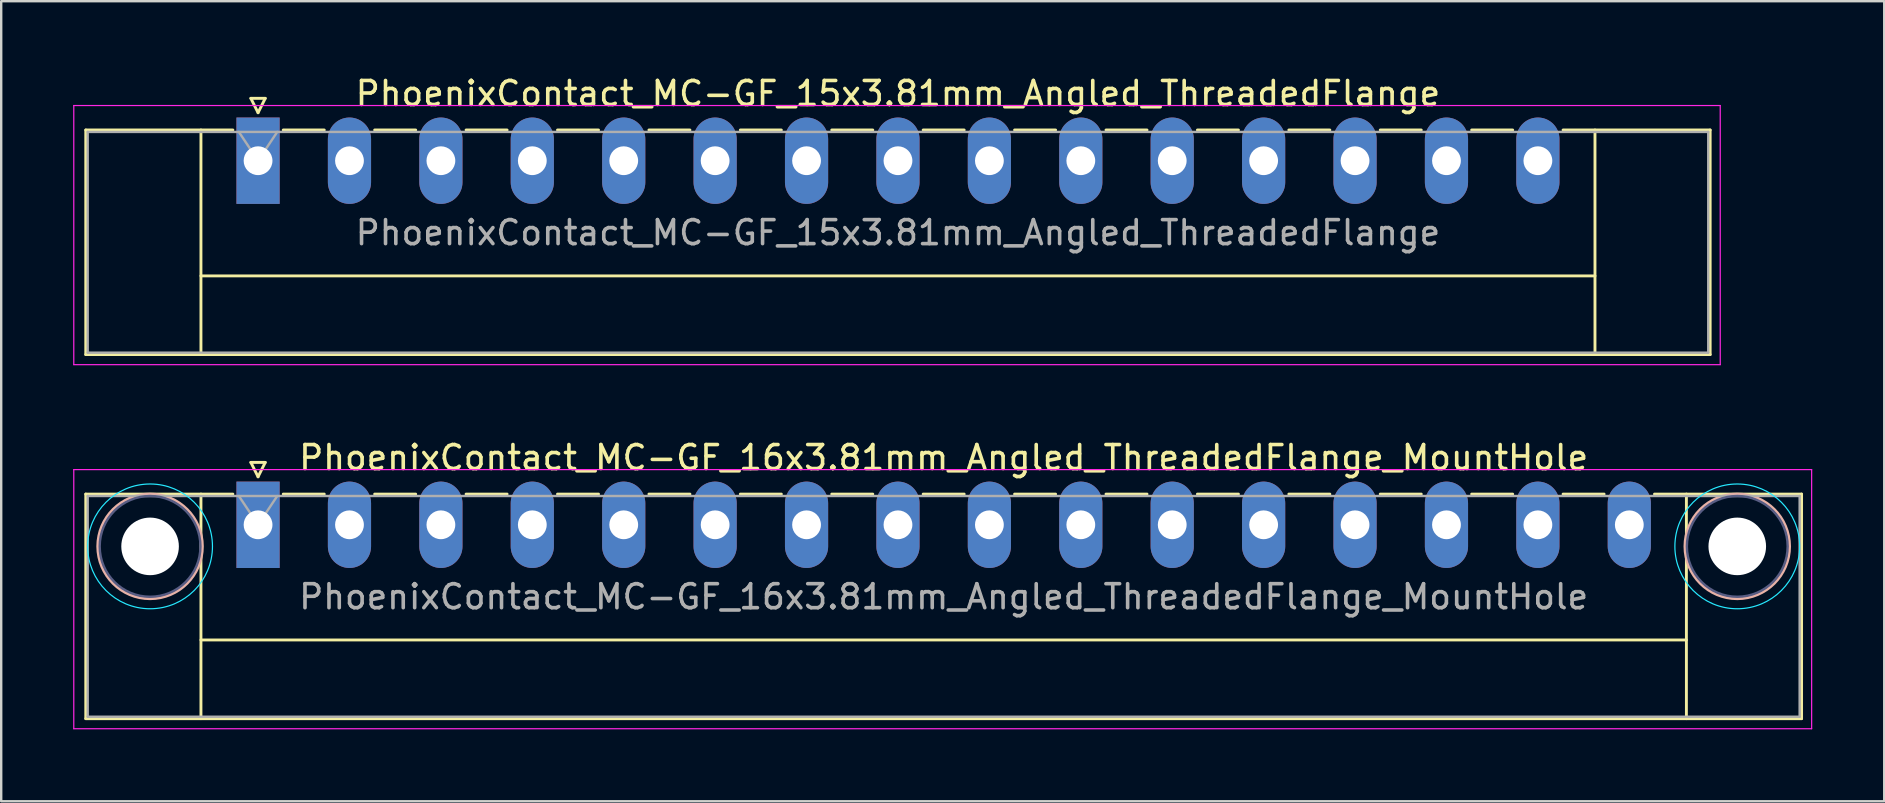
<source format=kicad_pcb>
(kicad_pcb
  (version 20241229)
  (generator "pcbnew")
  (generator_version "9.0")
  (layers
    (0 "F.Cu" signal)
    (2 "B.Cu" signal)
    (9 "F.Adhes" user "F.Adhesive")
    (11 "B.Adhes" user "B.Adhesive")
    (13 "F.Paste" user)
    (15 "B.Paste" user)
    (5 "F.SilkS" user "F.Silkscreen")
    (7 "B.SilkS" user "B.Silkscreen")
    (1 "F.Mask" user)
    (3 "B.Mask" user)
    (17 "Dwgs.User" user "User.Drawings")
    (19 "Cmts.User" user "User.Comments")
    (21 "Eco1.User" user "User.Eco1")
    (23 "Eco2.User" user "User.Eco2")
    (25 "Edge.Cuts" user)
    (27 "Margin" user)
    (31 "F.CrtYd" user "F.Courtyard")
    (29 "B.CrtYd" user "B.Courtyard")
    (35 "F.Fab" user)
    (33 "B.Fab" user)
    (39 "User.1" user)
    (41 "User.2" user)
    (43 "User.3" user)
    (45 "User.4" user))
  (footprint "PhoenixContact_MC-GF_15x3.81mm_Angled_ThreadedFlange"
    (layer "F.Cu")
    (at 7.705 3.648)
    (property "Reference" "PhoenixContact_MC-GF_15x3.81mm_Angled_ThreadedFlange" (at 26.67 -2.8 0) (layer "F.SilkS") (effects (font (size 1 1) (thickness 0.15))))
    (attr through_hole)
    (fp_line (start -7.18 -1.28) (end -7.18 8.08) (stroke (width 0.12) (type solid)) (layer "F.SilkS"))
    (fp_line (start -7.18 -1.28) (end -1.05 -1.28) (stroke (width 0.12) (type solid)) (layer "F.SilkS"))
    (fp_line (start -7.18 8.08) (end 60.52 8.08) (stroke (width 0.12) (type solid)) (layer "F.SilkS"))
    (fp_line (start -2.38 -1.28) (end -2.38 8.08) (stroke (width 0.12) (type solid)) (layer "F.SilkS"))
    (fp_line (start -2.38 4.8) (end 55.72 4.8) (stroke (width 0.12) (type solid)) (layer "F.SilkS"))
    (fp_line (start -0.3 -2.6) (end 0.3 -2.6) (stroke (width 0.12) (type solid)) (layer "F.SilkS"))
    (fp_line (start 0 -2) (end -0.3 -2.6) (stroke (width 0.12) (type solid)) (layer "F.SilkS"))
    (fp_line (start 0.3 -2.6) (end 0 -2) (stroke (width 0.12) (type solid)) (layer "F.SilkS"))
    (fp_line (start 1.05 -1.28) (end 2.76 -1.28) (stroke (width 0.12) (type solid)) (layer "F.SilkS"))
    (fp_line (start 4.86 -1.28) (end 6.57 -1.28) (stroke (width 0.12) (type solid)) (layer "F.SilkS"))
    (fp_line (start 8.67 -1.28) (end 10.38 -1.28) (stroke (width 0.12) (type solid)) (layer "F.SilkS"))
    (fp_line (start 12.48 -1.28) (end 14.19 -1.28) (stroke (width 0.12) (type solid)) (layer "F.SilkS"))
    (fp_line (start 16.29 -1.28) (end 18 -1.28) (stroke (width 0.12) (type solid)) (layer "F.SilkS"))
    (fp_line (start 20.1 -1.28) (end 21.81 -1.28) (stroke (width 0.12) (type solid)) (layer "F.SilkS"))
    (fp_line (start 23.91 -1.28) (end 25.62 -1.28) (stroke (width 0.12) (type solid)) (layer "F.SilkS"))
    (fp_line (start 27.72 -1.28) (end 29.43 -1.28) (stroke (width 0.12) (type solid)) (layer "F.SilkS"))
    (fp_line (start 31.53 -1.28) (end 33.24 -1.28) (stroke (width 0.12) (type solid)) (layer "F.SilkS"))
    (fp_line (start 35.34 -1.28) (end 37.05 -1.28) (stroke (width 0.12) (type solid)) (layer "F.SilkS"))
    (fp_line (start 39.15 -1.28) (end 40.86 -1.28) (stroke (width 0.12) (type solid)) (layer "F.SilkS"))
    (fp_line (start 42.96 -1.28) (end 44.67 -1.28) (stroke (width 0.12) (type solid)) (layer "F.SilkS"))
    (fp_line (start 46.77 -1.28) (end 48.48 -1.28) (stroke (width 0.12) (type solid)) (layer "F.SilkS"))
    (fp_line (start 50.58 -1.28) (end 52.29 -1.28) (stroke (width 0.12) (type solid)) (layer "F.SilkS"))
    (fp_line (start 55.72 -1.28) (end 55.72 8.08) (stroke (width 0.12) (type solid)) (layer "F.SilkS"))
    (fp_line (start 60.52 -1.28) (end 54.39 -1.28) (stroke (width 0.12) (type solid)) (layer "F.SilkS"))
    (fp_line (start 60.52 8.08) (end 60.52 -1.28) (stroke (width 0.12) (type solid)) (layer "F.SilkS"))
    (fp_line (start -7.68 -2.3) (end -7.68 8.5) (stroke (width 0.05) (type solid)) (layer "F.CrtYd"))
    (fp_line (start -7.68 8.5) (end 60.94 8.5) (stroke (width 0.05) (type solid)) (layer "F.CrtYd"))
    (fp_line (start 60.94 -2.3) (end -7.68 -2.3) (stroke (width 0.05) (type solid)) (layer "F.CrtYd"))
    (fp_line (start 60.94 8.5) (end 60.94 -2.3) (stroke (width 0.05) (type solid)) (layer "F.CrtYd"))
    (fp_line (start -7.1 -1.2) (end -7.1 8) (stroke (width 0.1) (type solid)) (layer "F.Fab"))
    (fp_line (start -7.1 8) (end 60.44 8) (stroke (width 0.1) (type solid)) (layer "F.Fab"))
    (fp_line (start 0 0) (end -0.8 -1.2) (stroke (width 0.1) (type solid)) (layer "F.Fab"))
    (fp_line (start 0.8 -1.2) (end 0 0) (stroke (width 0.1) (type solid)) (layer "F.Fab"))
    (fp_line (start 60.44 -1.2) (end -7.1 -1.2) (stroke (width 0.1) (type solid)) (layer "F.Fab"))
    (fp_line (start 60.44 8) (end 60.44 -1.2) (stroke (width 0.1) (type solid)) (layer "F.Fab"))
    (fp_text user "${REFERENCE}" (at 26.67 3 0) (layer "F.Fab") (effects (font (size 1 1) (thickness 0.15))))
    (pad "1" thru_hole rect (at 0 0) (size 1.8 3.6) (drill 1.2) (layers "*.Cu" "*.Mask"))
    (pad "2" thru_hole oval (at 3.81 0) (size 1.8 3.6) (drill 1.2) (layers "*.Cu" "*.Mask"))
    (pad "3" thru_hole oval (at 7.62 0) (size 1.8 3.6) (drill 1.2) (layers "*.Cu" "*.Mask"))
    (pad "4" thru_hole oval (at 11.43 0) (size 1.8 3.6) (drill 1.2) (layers "*.Cu" "*.Mask"))
    (pad "5" thru_hole oval (at 15.24 0) (size 1.8 3.6) (drill 1.2) (layers "*.Cu" "*.Mask"))
    (pad "6" thru_hole oval (at 19.05 0) (size 1.8 3.6) (drill 1.2) (layers "*.Cu" "*.Mask"))
    (pad "7" thru_hole oval (at 22.86 0) (size 1.8 3.6) (drill 1.2) (layers "*.Cu" "*.Mask"))
    (pad "8" thru_hole oval (at 26.67 0) (size 1.8 3.6) (drill 1.2) (layers "*.Cu" "*.Mask"))
    (pad "9" thru_hole oval (at 30.48 0) (size 1.8 3.6) (drill 1.2) (layers "*.Cu" "*.Mask"))
    (pad "10" thru_hole oval (at 34.29 0) (size 1.8 3.6) (drill 1.2) (layers "*.Cu" "*.Mask"))
    (pad "11" thru_hole oval (at 38.1 0) (size 1.8 3.6) (drill 1.2) (layers "*.Cu" "*.Mask"))
    (pad "12" thru_hole oval (at 41.91 0) (size 1.8 3.6) (drill 1.2) (layers "*.Cu" "*.Mask"))
    (pad "13" thru_hole oval (at 45.72 0) (size 1.8 3.6) (drill 1.2) (layers "*.Cu" "*.Mask"))
    (pad "14" thru_hole oval (at 49.53 0) (size 1.8 3.6) (drill 1.2) (layers "*.Cu" "*.Mask"))
    (pad "15" thru_hole oval (at 53.34 0) (size 1.8 3.6) (drill 1.2) (layers "*.Cu" "*.Mask")))
  (footprint "PhoenixContact_MC-GF_16x3.81mm_Angled_ThreadedFlange_MountHole"
    (layer "F.Cu")
    (at 7.705 18.822)
    (property "Reference" "PhoenixContact_MC-GF_16x3.81mm_Angled_ThreadedFlange_MountHole" (at 28.575 -2.8 0) (layer "F.SilkS") (effects (font (size 1 1) (thickness 0.15))))
    (attr through_hole)
    (fp_line (start -7.18 -1.28) (end -7.18 8.08) (stroke (width 0.12) (type solid)) (layer "F.SilkS"))
    (fp_line (start -7.18 -1.28) (end -1.05 -1.28) (stroke (width 0.12) (type solid)) (layer "F.SilkS"))
    (fp_line (start -7.18 8.08) (end 64.33 8.08) (stroke (width 0.12) (type solid)) (layer "F.SilkS"))
    (fp_line (start -2.38 -1.28) (end -2.38 8.08) (stroke (width 0.12) (type solid)) (layer "F.SilkS"))
    (fp_line (start -2.38 4.8) (end 59.53 4.8) (stroke (width 0.12) (type solid)) (layer "F.SilkS"))
    (fp_line (start -0.3 -2.6) (end 0.3 -2.6) (stroke (width 0.12) (type solid)) (layer "F.SilkS"))
    (fp_line (start 0 -2) (end -0.3 -2.6) (stroke (width 0.12) (type solid)) (layer "F.SilkS"))
    (fp_line (start 0.3 -2.6) (end 0 -2) (stroke (width 0.12) (type solid)) (layer "F.SilkS"))
    (fp_line (start 1.05 -1.28) (end 2.76 -1.28) (stroke (width 0.12) (type solid)) (layer "F.SilkS"))
    (fp_line (start 4.86 -1.28) (end 6.57 -1.28) (stroke (width 0.12) (type solid)) (layer "F.SilkS"))
    (fp_line (start 8.67 -1.28) (end 10.38 -1.28) (stroke (width 0.12) (type solid)) (layer "F.SilkS"))
    (fp_line (start 12.48 -1.28) (end 14.19 -1.28) (stroke (width 0.12) (type solid)) (layer "F.SilkS"))
    (fp_line (start 16.29 -1.28) (end 18 -1.28) (stroke (width 0.12) (type solid)) (layer "F.SilkS"))
    (fp_line (start 20.1 -1.28) (end 21.81 -1.28) (stroke (width 0.12) (type solid)) (layer "F.SilkS"))
    (fp_line (start 23.91 -1.28) (end 25.62 -1.28) (stroke (width 0.12) (type solid)) (layer "F.SilkS"))
    (fp_line (start 27.72 -1.28) (end 29.43 -1.28) (stroke (width 0.12) (type solid)) (layer "F.SilkS"))
    (fp_line (start 31.53 -1.28) (end 33.24 -1.28) (stroke (width 0.12) (type solid)) (layer "F.SilkS"))
    (fp_line (start 35.34 -1.28) (end 37.05 -1.28) (stroke (width 0.12) (type solid)) (layer "F.SilkS"))
    (fp_line (start 39.15 -1.28) (end 40.86 -1.28) (stroke (width 0.12) (type solid)) (layer "F.SilkS"))
    (fp_line (start 42.96 -1.28) (end 44.67 -1.28) (stroke (width 0.12) (type solid)) (layer "F.SilkS"))
    (fp_line (start 46.77 -1.28) (end 48.48 -1.28) (stroke (width 0.12) (type solid)) (layer "F.SilkS"))
    (fp_line (start 50.58 -1.28) (end 52.29 -1.28) (stroke (width 0.12) (type solid)) (layer "F.SilkS"))
    (fp_line (start 54.39 -1.28) (end 56.1 -1.28) (stroke (width 0.12) (type solid)) (layer "F.SilkS"))
    (fp_line (start 59.53 -1.28) (end 59.53 8.08) (stroke (width 0.12) (type solid)) (layer "F.SilkS"))
    (fp_line (start 64.33 -1.28) (end 58.2 -1.28) (stroke (width 0.12) (type solid)) (layer "F.SilkS"))
    (fp_line (start 64.33 8.08) (end 64.33 -1.28) (stroke (width 0.12) (type solid)) (layer "F.SilkS"))
    (fp_circle (center -4.5 0.9) (end -2.32 0.9) (stroke (width 0.12) (type solid)) (fill no) (layer "B.SilkS"))
    (fp_circle (center 61.65 0.9) (end 63.83 0.9) (stroke (width 0.12) (type solid)) (fill no) (layer "B.SilkS"))
    (fp_circle (center -4.5 0.9) (end -1.9 0.9) (stroke (width 0.05) (type solid)) (fill no) (layer "B.CrtYd"))
    (fp_circle (center 61.65 0.9) (end 64.25 0.9) (stroke (width 0.05) (type solid)) (fill no) (layer "B.CrtYd"))
    (fp_line (start -7.68 -2.3) (end -7.68 8.5) (stroke (width 0.05) (type solid)) (layer "F.CrtYd"))
    (fp_line (start -7.68 8.5) (end 64.75 8.5) (stroke (width 0.05) (type solid)) (layer "F.CrtYd"))
    (fp_line (start 64.75 -2.3) (end -7.68 -2.3) (stroke (width 0.05) (type solid)) (layer "F.CrtYd"))
    (fp_line (start 64.75 8.5) (end 64.75 -2.3) (stroke (width 0.05) (type solid)) (layer "F.CrtYd"))
    (fp_circle (center -4.5 0.9) (end -2.4 0.9) (stroke (width 0.1) (type solid)) (fill no) (layer "B.Fab"))
    (fp_circle (center 61.65 0.9) (end 63.75 0.9) (stroke (width 0.1) (type solid)) (fill no) (layer "B.Fab"))
    (fp_line (start -7.1 -1.2) (end -7.1 8) (stroke (width 0.1) (type solid)) (layer "F.Fab"))
    (fp_line (start -7.1 8) (end 64.25 8) (stroke (width 0.1) (type solid)) (layer "F.Fab"))
    (fp_line (start 0 0) (end -0.8 -1.2) (stroke (width 0.1) (type solid)) (layer "F.Fab"))
    (fp_line (start 0.8 -1.2) (end 0 0) (stroke (width 0.1) (type solid)) (layer "F.Fab"))
    (fp_line (start 64.25 -1.2) (end -7.1 -1.2) (stroke (width 0.1) (type solid)) (layer "F.Fab"))
    (fp_line (start 64.25 8) (end 64.25 -1.2) (stroke (width 0.1) (type solid)) (layer "F.Fab"))
    (fp_text user "${REFERENCE}" (at 28.575 3 0) (layer "F.Fab") (effects (font (size 1 1) (thickness 0.15))))
    (pad "" np_thru_hole circle (at -4.5 0.9) (size 2.4 2.4) (drill 2.4) (layers "*.Cu" "*.Mask"))
    (pad "" np_thru_hole circle (at 61.65 0.9) (size 2.4 2.4) (drill 2.4) (layers "*.Cu" "*.Mask"))
    (pad "1" thru_hole rect (at 0 0) (size 1.8 3.6) (drill 1.2) (layers "*.Cu" "*.Mask"))
    (pad "2" thru_hole oval (at 3.81 0) (size 1.8 3.6) (drill 1.2) (layers "*.Cu" "*.Mask"))
    (pad "3" thru_hole oval (at 7.62 0) (size 1.8 3.6) (drill 1.2) (layers "*.Cu" "*.Mask"))
    (pad "4" thru_hole oval (at 11.43 0) (size 1.8 3.6) (drill 1.2) (layers "*.Cu" "*.Mask"))
    (pad "5" thru_hole oval (at 15.24 0) (size 1.8 3.6) (drill 1.2) (layers "*.Cu" "*.Mask"))
    (pad "6" thru_hole oval (at 19.05 0) (size 1.8 3.6) (drill 1.2) (layers "*.Cu" "*.Mask"))
    (pad "7" thru_hole oval (at 22.86 0) (size 1.8 3.6) (drill 1.2) (layers "*.Cu" "*.Mask"))
    (pad "8" thru_hole oval (at 26.67 0) (size 1.8 3.6) (drill 1.2) (layers "*.Cu" "*.Mask"))
    (pad "9" thru_hole oval (at 30.48 0) (size 1.8 3.6) (drill 1.2) (layers "*.Cu" "*.Mask"))
    (pad "10" thru_hole oval (at 34.29 0) (size 1.8 3.6) (drill 1.2) (layers "*.Cu" "*.Mask"))
    (pad "11" thru_hole oval (at 38.1 0) (size 1.8 3.6) (drill 1.2) (layers "*.Cu" "*.Mask"))
    (pad "12" thru_hole oval (at 41.91 0) (size 1.8 3.6) (drill 1.2) (layers "*.Cu" "*.Mask"))
    (pad "13" thru_hole oval (at 45.72 0) (size 1.8 3.6) (drill 1.2) (layers "*.Cu" "*.Mask"))
    (pad "14" thru_hole oval (at 49.53 0) (size 1.8 3.6) (drill 1.2) (layers "*.Cu" "*.Mask"))
    (pad "15" thru_hole oval (at 53.34 0) (size 1.8 3.6) (drill 1.2) (layers "*.Cu" "*.Mask"))
    (pad "16" thru_hole oval (at 57.15 0) (size 1.8 3.6) (drill 1.2) (layers "*.Cu" "*.Mask")))
  (gr_rect
    (start -3 -3)
    (end 75.48 30.346)
    (stroke (width 0.1) (type default))
    (fill no)
    (layer "Edge.Cuts")))
</source>
